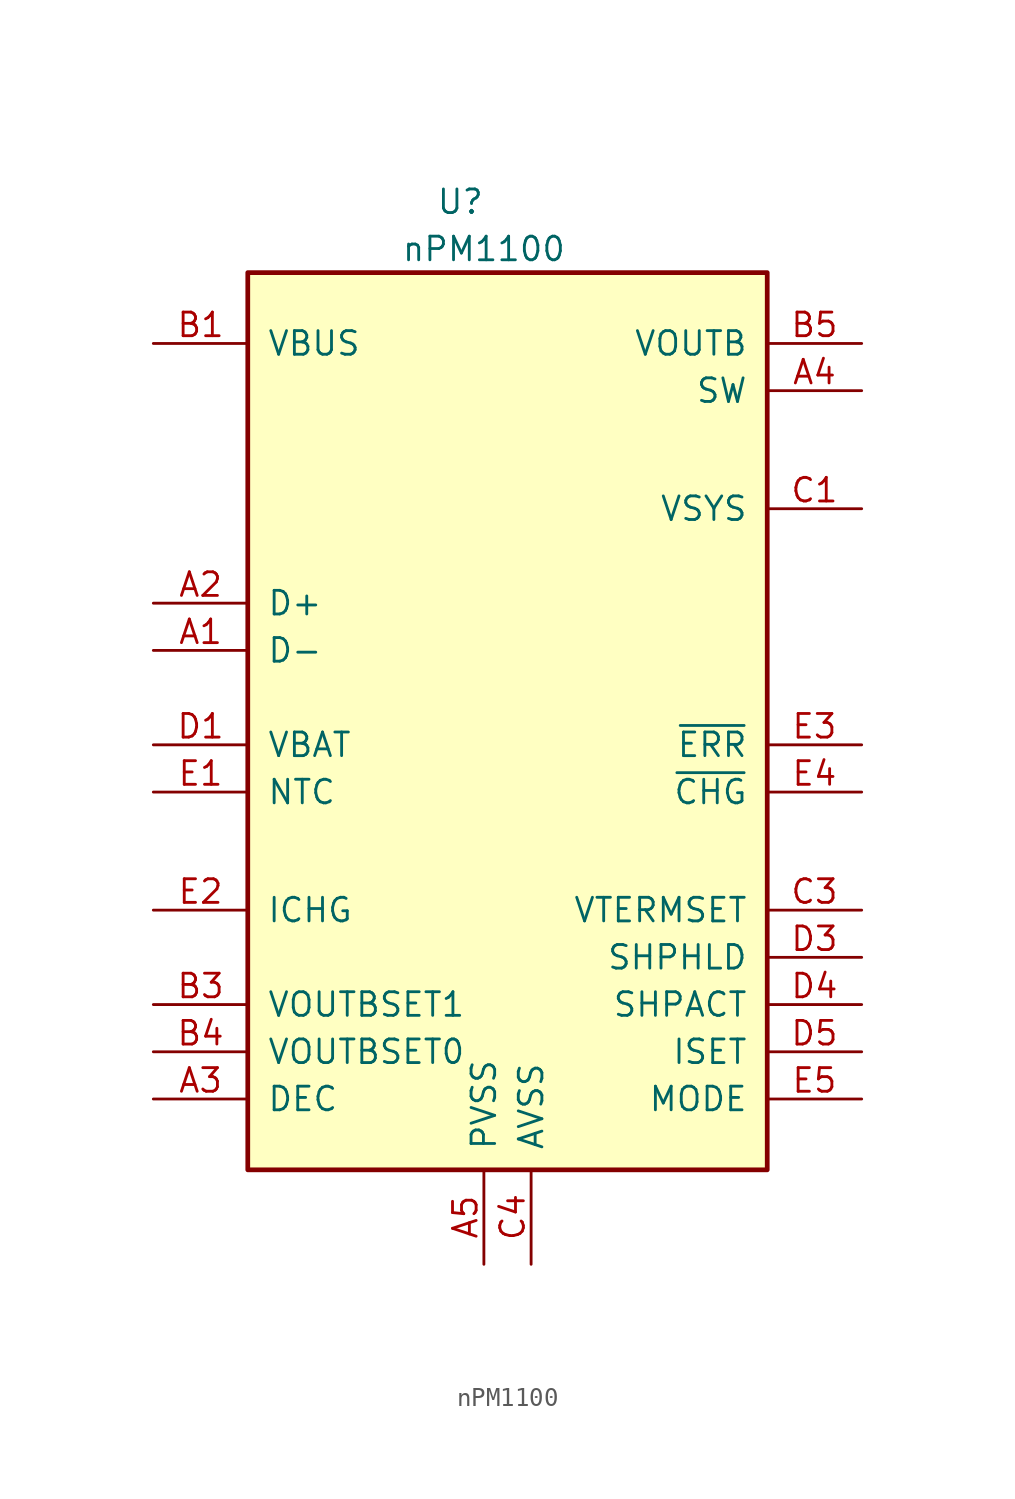
<source format=kicad_sym>
(kicad_symbol_lib
  (version 20231120)
  (generator "kicad_symbol_editor")
  (generator_version "8.0")
  (symbol "nPM1100"
    (pin_names
      (offset 1.016))
    (property "Reference" "U"
      (at 11.43 1.27 0)
      (effects (font (size 1.27 1.27))))
    (property "Value" "nPM1100"
      (at 12.7 -1.27 0)
      (effects (font (size 1.27 1.27))))
    (symbol "nPM1100_0_1"
      (rectangle (start 0 -2.54) (end 27.94 -50.8) (stroke (width 0.254) (type solid)) (fill (type background))))
    (symbol "nPM1100_1_1"
      (pin input line (at -5.08 -22.86 0) (length 5.08) (name "D-" (effects (font (size 1.27 1.27)))) (number "A1" (effects (font (size 1.27 1.27)))))
      (pin input line (at -5.08 -20.32 0) (length 5.08) (name "D+" (effects (font (size 1.27 1.27)))) (number "A2" (effects (font (size 1.27 1.27)))))
      (pin passive line (at -5.08 -46.99 0) (length 5.08) (name "DEC" (effects (font (size 1.27 1.27)))) (number "A3" (effects (font (size 1.27 1.27)))))
      (pin passive line (at 33.02 -8.89 180) (length 5.08) (name "SW" (effects (font (size 1.27 1.27)))) (number "A4" (effects (font (size 1.27 1.27)))))
      (pin passive line (at 12.7 -55.88 90) (length 5.08) (name "PVSS" (effects (font (size 1.27 1.27)))) (number "A5" (effects (font (size 1.27 1.27)))))
      (pin power_in line (at -5.08 -6.35 0) (length 5.08) (name "VBUS" (effects (font (size 1.27 1.27)))) (number "B1" (effects (font (size 1.27 1.27)))))
      (pin power_in line (at -5.08 -6.35 0) (length 5.08) hide (name "VBUS" (effects (font (size 1.27 1.27)))) (number "B2" (effects (font (size 1.27 1.27)))))
      (pin input line (at -5.08 -41.91 0) (length 5.08) (name "VOUTBSET1" (effects (font (size 1.27 1.27)))) (number "B3" (effects (font (size 1.27 1.27)))))
      (pin input line (at -5.08 -44.45 0) (length 5.08) (name "VOUTBSET0" (effects (font (size 1.27 1.27)))) (number "B4" (effects (font (size 1.27 1.27)))))
      (pin power_out line (at 33.02 -6.35 180) (length 5.08) (name "VOUTB" (effects (font (size 1.27 1.27)))) (number "B5" (effects (font (size 1.27 1.27)))))
      (pin power_out line (at 33.02 -15.24 180) (length 5.08) (name "VSYS" (effects (font (size 1.27 1.27)))) (number "C1" (effects (font (size 1.27 1.27)))))
      (pin power_out line (at 33.02 -15.24 180) (length 5.08) hide (name "VSYS" (effects (font (size 1.27 1.27)))) (number "C2" (effects (font (size 1.27 1.27)))))
      (pin input line (at 33.02 -36.83 180) (length 5.08) (name "VTERMSET" (effects (font (size 1.27 1.27)))) (number "C3" (effects (font (size 1.27 1.27)))))
      (pin passive line (at 15.24 -55.88 90) (length 5.08) (name "AVSS" (effects (font (size 1.27 1.27)))) (number "C4" (effects (font (size 1.27 1.27)))))
      (pin passive line (at 15.24 -55.88 90) (length 5.08) hide (name "AVSS" (effects (font (size 1.27 1.27)))) (number "C5" (effects (font (size 1.27 1.27)))))
      (pin power_in line (at -5.08 -27.94 0) (length 5.08) (name "VBAT" (effects (font (size 1.27 1.27)))) (number "D1" (effects (font (size 1.27 1.27)))))
      (pin power_in line (at -5.08 -27.94 0) (length 5.08) hide (name "VBAT" (effects (font (size 1.27 1.27)))) (number "D2" (effects (font (size 1.27 1.27)))))
      (pin input line (at 33.02 -39.37 180) (length 5.08) (name "SHPHLD" (effects (font (size 1.27 1.27)))) (number "D3" (effects (font (size 1.27 1.27)))))
      (pin input line (at 33.02 -41.91 180) (length 5.08) (name "SHPACT" (effects (font (size 1.27 1.27)))) (number "D4" (effects (font (size 1.27 1.27)))))
      (pin input line (at 33.02 -44.45 180) (length 5.08) (name "ISET" (effects (font (size 1.27 1.27)))) (number "D5" (effects (font (size 1.27 1.27)))))
      (pin input line (at -5.08 -30.48 0) (length 5.08) (name "NTC" (effects (font (size 1.27 1.27)))) (number "E1" (effects (font (size 1.27 1.27)))))
      (pin input line (at -5.08 -36.83 0) (length 5.08) (name "ICHG" (effects (font (size 1.27 1.27)))) (number "E2" (effects (font (size 1.27 1.27)))))
      (pin output line (at 33.02 -27.94 180) (length 5.08) (name "~{ERR}" (effects (font (size 1.27 1.27)))) (number "E3" (effects (font (size 1.27 1.27)))))
      (pin output line (at 33.02 -30.48 180) (length 5.08) (name "~{CHG}" (effects (font (size 1.27 1.27)))) (number "E4" (effects (font (size 1.27 1.27)))))
      (pin input line (at 33.02 -46.99 180) (length 5.08) (name "MODE" (effects (font (size 1.27 1.27)))) (number "E5" (effects (font (size 1.27 1.27))))))))
</source>
